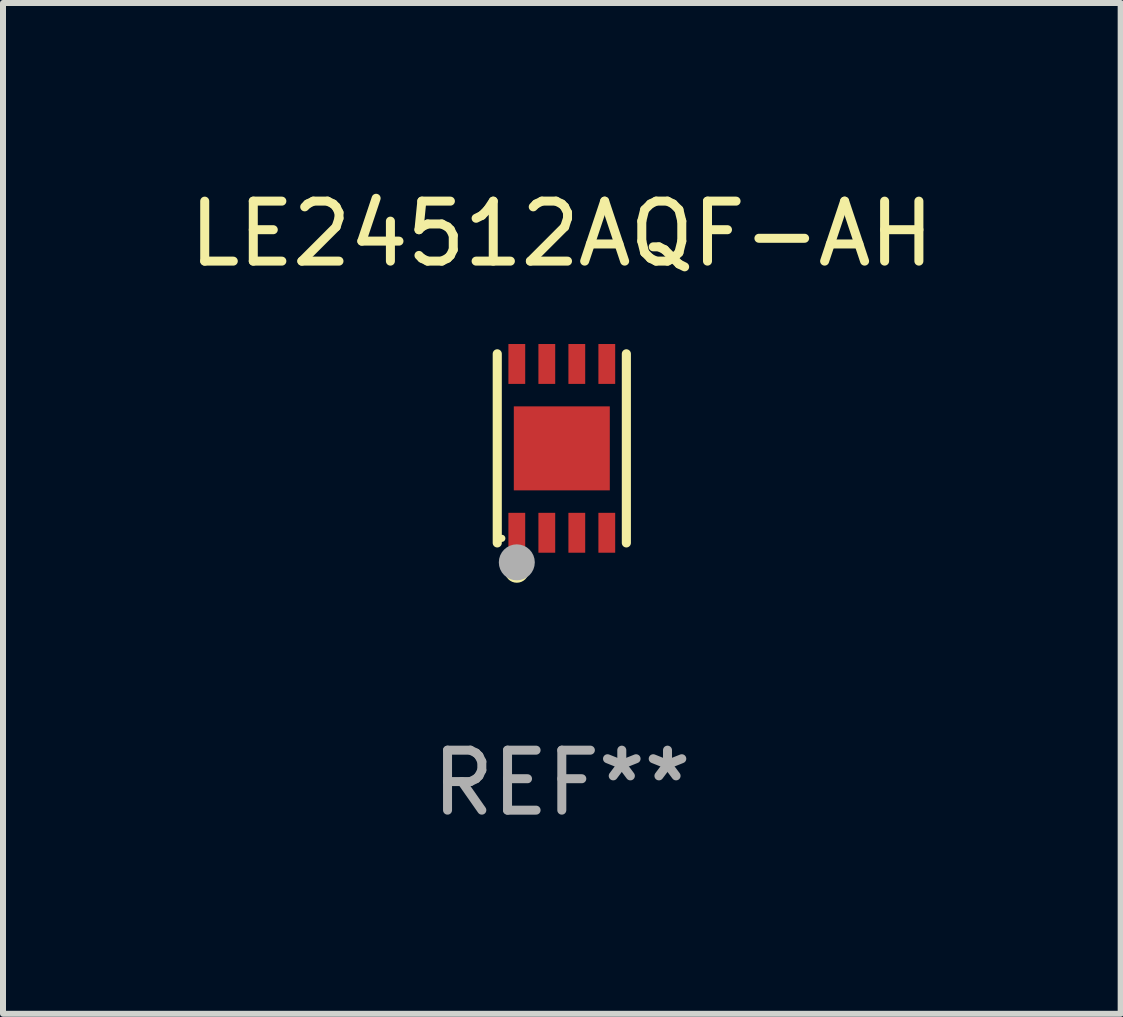
<source format=kicad_pcb>
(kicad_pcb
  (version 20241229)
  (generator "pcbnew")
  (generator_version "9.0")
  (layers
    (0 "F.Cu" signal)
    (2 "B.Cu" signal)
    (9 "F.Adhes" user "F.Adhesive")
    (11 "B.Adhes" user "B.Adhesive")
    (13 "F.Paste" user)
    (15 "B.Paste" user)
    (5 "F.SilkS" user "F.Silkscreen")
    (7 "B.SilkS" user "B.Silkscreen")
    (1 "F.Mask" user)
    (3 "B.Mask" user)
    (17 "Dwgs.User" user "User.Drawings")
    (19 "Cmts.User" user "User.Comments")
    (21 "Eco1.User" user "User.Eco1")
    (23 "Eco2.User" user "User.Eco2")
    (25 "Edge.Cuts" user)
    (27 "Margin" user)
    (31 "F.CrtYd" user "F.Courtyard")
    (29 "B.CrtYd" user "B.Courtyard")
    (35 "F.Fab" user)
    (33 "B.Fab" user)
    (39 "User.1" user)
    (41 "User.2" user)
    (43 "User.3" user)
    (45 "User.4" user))
  (footprint "LE24512AQF-AH"
    (layer "F.Cu")
    (at 6.315 4.424)
    (property "Reference" "LE24512AQF-AH" (at 0 -3.576 0) (layer "F.SilkS") (effects (font (size 1 1) (thickness 0.15))))
    (attr through_hole)
    (fp_line (start -1.076 1.576) (end -1.076 -1.576) (stroke (width 0.152) (type solid)) (layer "F.SilkS"))
    (fp_line (start 1.076 -1.576) (end 1.076 1.576) (stroke (width 0.152) (type solid)) (layer "F.SilkS"))
    (fp_circle (center -1 1.5) (end -0.97 1.5) (stroke (width 0.06) (type solid)) (fill no) (layer "F.SilkS"))
    (fp_circle (center -0.75 2.04) (end -0.65 2.04) (stroke (width 0.2) (type solid)) (fill no) (layer "F.SilkS"))
    (fp_circle (center -0.75 1.9) (end -0.6 1.9) (stroke (width 0.3) (type solid)) (fill no) (layer "F.Fab"))
    (fp_text user "REF**" (at 0 5.576 0) (layer "F.Fab") (effects (font (size 1 1) (thickness 0.15))))
    (pad "1" smd rect (at -0.75 1.407) (size 0.28 0.665) (layers "F.Cu" "F.Mask" "F.Paste"))
    (pad "2" smd rect (at -0.25 1.407) (size 0.28 0.665) (layers "F.Cu" "F.Mask" "F.Paste"))
    (pad "3" smd rect (at 0.25 1.407) (size 0.28 0.665) (layers "F.Cu" "F.Mask" "F.Paste"))
    (pad "4" smd rect (at 0.75 1.407) (size 0.28 0.665) (layers "F.Cu" "F.Mask" "F.Paste"))
    (pad "5" smd rect (at 0.75 -1.407) (size 0.28 0.665) (layers "F.Cu" "F.Mask" "F.Paste"))
    (pad "6" smd rect (at 0.25 -1.407) (size 0.28 0.665) (layers "F.Cu" "F.Mask" "F.Paste"))
    (pad "7" smd rect (at -0.25 -1.407) (size 0.28 0.665) (layers "F.Cu" "F.Mask" "F.Paste"))
    (pad "8" smd rect (at -0.75 -1.407) (size 0.28 0.665) (layers "F.Cu" "F.Mask" "F.Paste"))
    (pad "9" smd rect (at 0 0) (size 1.6 1.4) (layers "F.Cu" "F.Mask" "F.Paste")))
  (gr_rect
    (start -3 -3)
    (end 15.631 13.849)
    (stroke (width 0.1) (type default))
    (fill no)
    (layer "Edge.Cuts")))
</source>
